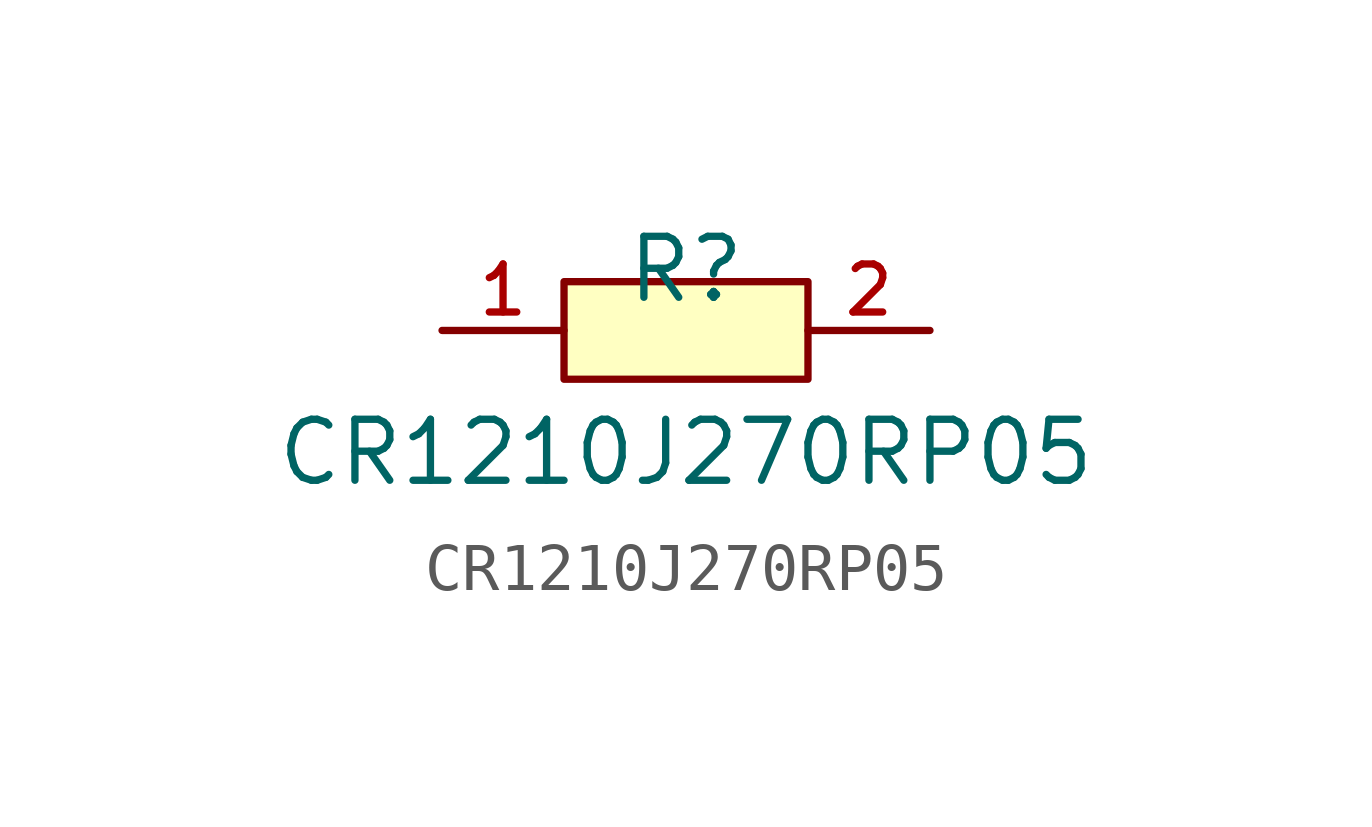
<source format=kicad_sym>
(kicad_symbol_lib
  (version 20210201)
  (generator TousstNicolas/JLC2KiCad_lib)
  (symbol "CR1210J270RP05"
    (pin_names hide)
    (property "Reference" "R"
      (at 0 1.27 0)
      (effects (font (size 1.27 1.27))))
    (property "Value" "CR1210J270RP05"
      (at 0 -2.54 0)
      (effects (font (size 1.27 1.27))))
    (symbol "CR1210J270RP05_0_1"
      (rectangle (start -2.54 1.016) (end 2.54 -1.016) (stroke (width 0) (type default) (color 0 0 0 0)) (fill (type background)))
      (pin unspecified line (at 5.08 -0.0 180) (length 2.54) (name "2" (effects (font (size 1 1)))) (number "2" (effects (font (size 1 1)))))
      (pin unspecified line (at -5.08 -0.0 0) (length 2.54) (name "1" (effects (font (size 1 1)))) (number "1" (effects (font (size 1 1))))))))
</source>
